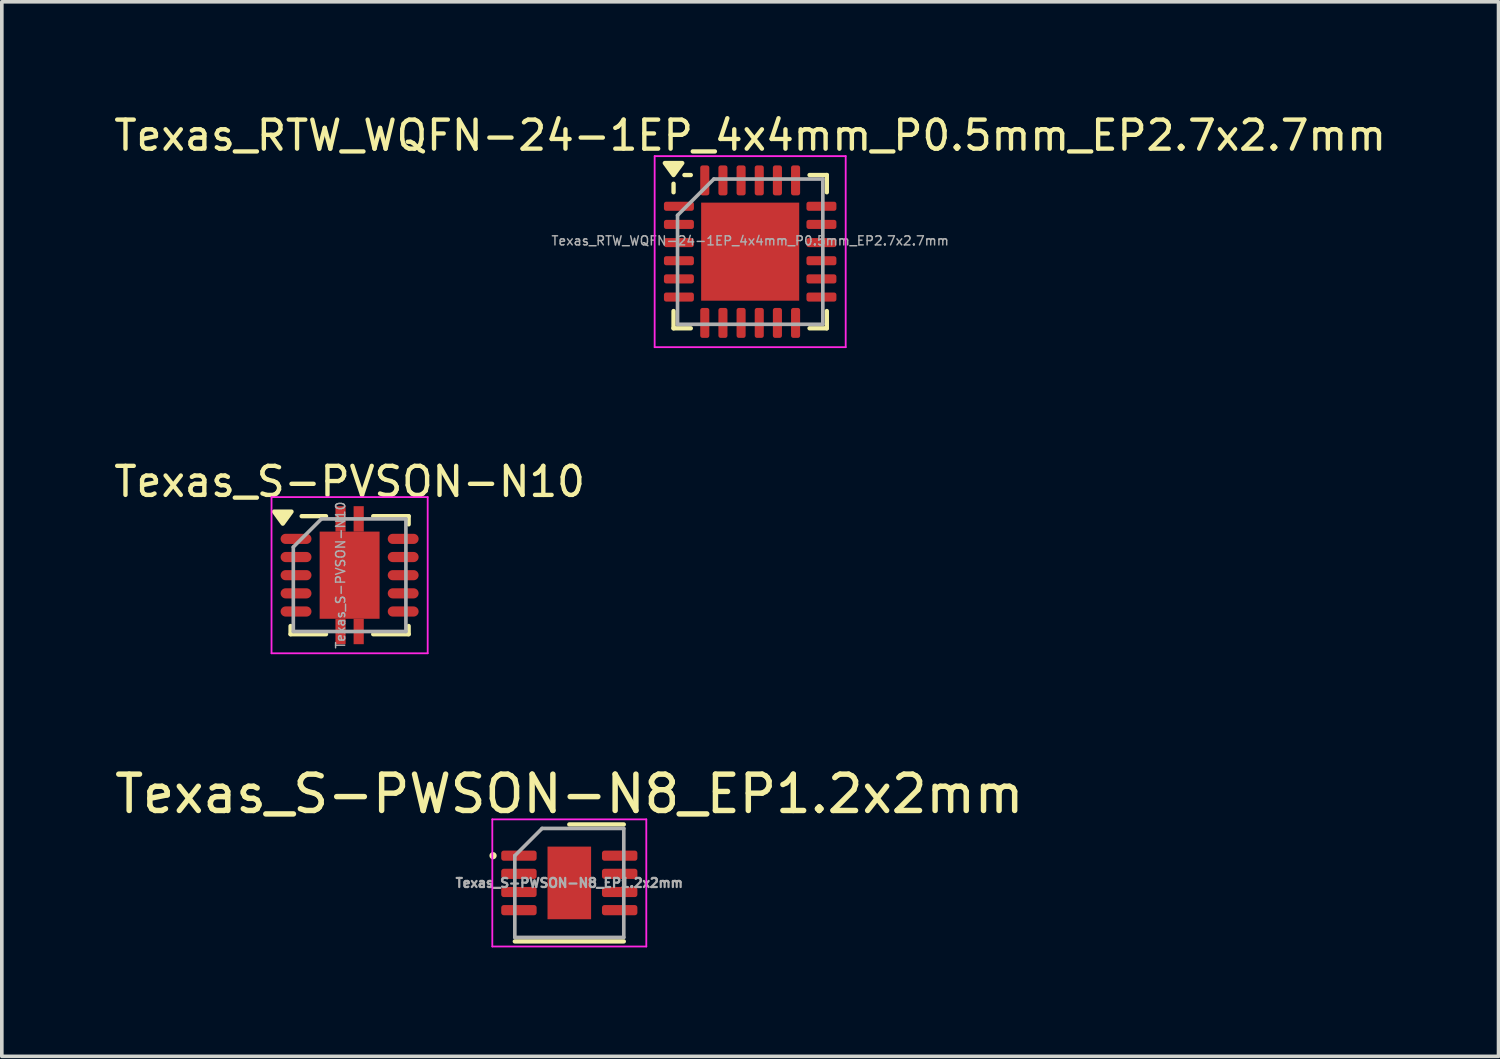
<source format=kicad_pcb>
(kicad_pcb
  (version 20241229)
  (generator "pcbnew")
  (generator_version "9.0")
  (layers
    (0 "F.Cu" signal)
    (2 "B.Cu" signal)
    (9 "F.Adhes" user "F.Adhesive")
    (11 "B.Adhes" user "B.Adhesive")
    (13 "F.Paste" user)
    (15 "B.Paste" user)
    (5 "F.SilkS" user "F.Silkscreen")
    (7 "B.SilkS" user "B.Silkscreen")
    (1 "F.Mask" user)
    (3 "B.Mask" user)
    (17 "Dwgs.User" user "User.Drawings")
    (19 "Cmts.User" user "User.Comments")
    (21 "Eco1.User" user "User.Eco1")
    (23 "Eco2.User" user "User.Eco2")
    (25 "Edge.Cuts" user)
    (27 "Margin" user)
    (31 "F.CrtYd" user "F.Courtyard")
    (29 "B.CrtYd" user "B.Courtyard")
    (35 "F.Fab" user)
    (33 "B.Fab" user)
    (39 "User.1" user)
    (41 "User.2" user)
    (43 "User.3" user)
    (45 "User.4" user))
  (footprint "Texas_S-PWSON-N8_EP1.2x2mm"
    (layer "F.Cu")
    (at 12.625 21.26)
    (property "Reference" "Texas_S-PWSON-N8_EP1.2x2mm" (at 0 -2.45 0) (layer "F.SilkS") (effects (font (size 1 1) (thickness 0.15))))
    (attr smd)
    (fp_line (start -1.5 1.61) (end 1.5 1.61) (stroke (width 0.12) (type solid)) (layer "F.SilkS"))
    (fp_line (start 0 -1.61) (end 1.5 -1.61) (stroke (width 0.12) (type solid)) (layer "F.SilkS"))
    (fp_circle (center -2.1 -0.75) (end -2 -0.75) (stroke (width 0) (type solid)) (fill yes) (layer "F.SilkS"))
    (fp_line (start -2.12 -1.75) (end -2.12 1.75) (stroke (width 0.05) (type solid)) (layer "F.CrtYd"))
    (fp_line (start -2.12 1.75) (end 2.12 1.75) (stroke (width 0.05) (type solid)) (layer "F.CrtYd"))
    (fp_line (start 2.12 -1.75) (end -2.12 -1.75) (stroke (width 0.05) (type solid)) (layer "F.CrtYd"))
    (fp_line (start 2.12 1.75) (end 2.12 -1.75) (stroke (width 0.05) (type solid)) (layer "F.CrtYd"))
    (fp_line (start -1.5 -0.75) (end -0.75 -1.5) (stroke (width 0.1) (type solid)) (layer "F.Fab"))
    (fp_line (start -1.5 1.5) (end -1.5 -0.75) (stroke (width 0.1) (type solid)) (layer "F.Fab"))
    (fp_line (start -0.75 -1.5) (end 1.5 -1.5) (stroke (width 0.1) (type solid)) (layer "F.Fab"))
    (fp_line (start 1.5 -1.5) (end 1.5 1.5) (stroke (width 0.1) (type solid)) (layer "F.Fab"))
    (fp_line (start 1.5 1.5) (end -1.5 1.5) (stroke (width 0.1) (type solid)) (layer "F.Fab"))
    (fp_text user "${REFERENCE}" (at 0 0 0) (layer "F.Fab") (effects (font (size 0.25 0.25) (thickness 0.062))))
    (pad "" smd roundrect (at 0 -0.5) (size 0.97 0.81) (layers "F.Paste") (roundrect_rratio 0.25))
    (pad "" smd roundrect (at 0 0.5) (size 0.97 0.81) (layers "F.Paste") (roundrect_rratio 0.25))
    (pad "1" smd roundrect (at -1.387 -0.75) (size 0.975 0.28) (layers "F.Cu" "F.Mask" "F.Paste") (roundrect_rratio 0.25))
    (pad "2" smd roundrect (at -1.387 -0.25) (size 0.975 0.28) (layers "F.Cu" "F.Mask" "F.Paste") (roundrect_rratio 0.25))
    (pad "3" smd roundrect (at -1.387 0.25) (size 0.975 0.28) (layers "F.Cu" "F.Mask" "F.Paste") (roundrect_rratio 0.25))
    (pad "4" smd roundrect (at -1.387 0.75) (size 0.975 0.28) (layers "F.Cu" "F.Mask" "F.Paste") (roundrect_rratio 0.25))
    (pad "5" smd roundrect (at 1.387 0.75) (size 0.975 0.28) (layers "F.Cu" "F.Mask" "F.Paste") (roundrect_rratio 0.25))
    (pad "6" smd roundrect (at 1.387 0.25) (size 0.975 0.28) (layers "F.Cu" "F.Mask" "F.Paste") (roundrect_rratio 0.25))
    (pad "7" smd roundrect (at 1.387 -0.25) (size 0.975 0.28) (layers "F.Cu" "F.Mask" "F.Paste") (roundrect_rratio 0.25))
    (pad "8" smd roundrect (at 1.387 -0.75) (size 0.975 0.28) (layers "F.Cu" "F.Mask" "F.Paste") (roundrect_rratio 0.25))
    (pad "9" smd rect (at 0 0) (size 1.2 2) (layers "F.Cu" "F.Mask")))
  (footprint "Texas_RTW_WQFN-24-1EP_4x4mm_P0.5mm_EP2.7x2.7mm"
    (layer "F.Cu")
    (at 17.605 3.879)
    (property "Reference" "Texas_RTW_WQFN-24-1EP_4x4mm_P0.5mm_EP2.7x2.7mm" (at 0 -3.2 0) (layer "F.SilkS") (effects (font (size 0.8 0.8) (thickness 0.12))))
    (attr smd)
    (fp_line (start -2.11 -1.635) (end -2.11 -1.87) (stroke (width 0.12) (type solid)) (layer "F.SilkS"))
    (fp_line (start -2.11 2.11) (end -2.11 1.635) (stroke (width 0.12) (type solid)) (layer "F.SilkS"))
    (fp_line (start -1.635 -2.11) (end -1.81 -2.11) (stroke (width 0.12) (type solid)) (layer "F.SilkS"))
    (fp_line (start -1.635 2.11) (end -2.11 2.11) (stroke (width 0.12) (type solid)) (layer "F.SilkS"))
    (fp_line (start 1.635 -2.11) (end 2.11 -2.11) (stroke (width 0.12) (type solid)) (layer "F.SilkS"))
    (fp_line (start 1.635 2.11) (end 2.11 2.11) (stroke (width 0.12) (type solid)) (layer "F.SilkS"))
    (fp_line (start 2.11 -2.11) (end 2.11 -1.635) (stroke (width 0.12) (type solid)) (layer "F.SilkS"))
    (fp_line (start 2.11 2.11) (end 2.11 1.635) (stroke (width 0.12) (type solid)) (layer "F.SilkS"))
    (fp_poly (pts (xy -2.11 -2.11) (xy -2.35 -2.44) (xy -1.87 -2.44) (xy -2.11 -2.11)) (stroke (width 0.12) (type solid)) (fill yes) (layer "F.SilkS"))
    (fp_line (start -2.63 -2.63) (end -2.63 2.63) (stroke (width 0.05) (type solid)) (layer "F.CrtYd"))
    (fp_line (start -2.63 2.63) (end 2.63 2.63) (stroke (width 0.05) (type solid)) (layer "F.CrtYd"))
    (fp_line (start 2.63 -2.63) (end -2.63 -2.63) (stroke (width 0.05) (type solid)) (layer "F.CrtYd"))
    (fp_line (start 2.63 2.63) (end 2.63 -2.63) (stroke (width 0.05) (type solid)) (layer "F.CrtYd"))
    (fp_line (start -2 -1) (end -1 -2) (stroke (width 0.1) (type solid)) (layer "F.Fab"))
    (fp_line (start -2 2) (end -2 -1) (stroke (width 0.1) (type solid)) (layer "F.Fab"))
    (fp_line (start -1 -2) (end 2 -2) (stroke (width 0.1) (type solid)) (layer "F.Fab"))
    (fp_line (start 2 -2) (end 2 2) (stroke (width 0.1) (type solid)) (layer "F.Fab"))
    (fp_line (start 2 2) (end -2 2) (stroke (width 0.1) (type solid)) (layer "F.Fab"))
    (fp_text user "${REFERENCE}" (at 0 -0.3 0) (layer "F.Fab") (effects (font (size 0.25 0.25) (thickness 0.04))))
    (pad "" smd roundrect (at -0.675 -0.675) (size 1.09 1.09) (layers "F.Paste") (roundrect_rratio 0.229))
    (pad "" smd roundrect (at -0.675 0.675) (size 1.09 1.09) (layers "F.Paste") (roundrect_rratio 0.229))
    (pad "" smd roundrect (at 0.675 -0.675) (size 1.09 1.09) (layers "F.Paste") (roundrect_rratio 0.229))
    (pad "" smd roundrect (at 0.675 0.675) (size 1.09 1.09) (layers "F.Paste") (roundrect_rratio 0.229))
    (pad "1" smd roundrect (at -1.962 -1.25) (size 0.825 0.25) (layers "F.Cu" "F.Mask" "F.Paste") (roundrect_rratio 0.25))
    (pad "2" smd roundrect (at -1.962 -0.75) (size 0.825 0.25) (layers "F.Cu" "F.Mask" "F.Paste") (roundrect_rratio 0.25))
    (pad "3" smd roundrect (at -1.962 -0.25) (size 0.825 0.25) (layers "F.Cu" "F.Mask" "F.Paste") (roundrect_rratio 0.25))
    (pad "4" smd roundrect (at -1.962 0.25) (size 0.825 0.25) (layers "F.Cu" "F.Mask" "F.Paste") (roundrect_rratio 0.25))
    (pad "5" smd roundrect (at -1.962 0.75) (size 0.825 0.25) (layers "F.Cu" "F.Mask" "F.Paste") (roundrect_rratio 0.25))
    (pad "6" smd roundrect (at -1.962 1.25) (size 0.825 0.25) (layers "F.Cu" "F.Mask" "F.Paste") (roundrect_rratio 0.25))
    (pad "7" smd roundrect (at -1.25 1.962) (size 0.25 0.825) (layers "F.Cu" "F.Mask" "F.Paste") (roundrect_rratio 0.25))
    (pad "8" smd roundrect (at -0.75 1.962) (size 0.25 0.825) (layers "F.Cu" "F.Mask" "F.Paste") (roundrect_rratio 0.25))
    (pad "9" smd roundrect (at -0.25 1.962) (size 0.25 0.825) (layers "F.Cu" "F.Mask" "F.Paste") (roundrect_rratio 0.25))
    (pad "10" smd roundrect (at 0.25 1.962) (size 0.25 0.825) (layers "F.Cu" "F.Mask" "F.Paste") (roundrect_rratio 0.25))
    (pad "11" smd roundrect (at 0.75 1.962) (size 0.25 0.825) (layers "F.Cu" "F.Mask" "F.Paste") (roundrect_rratio 0.25))
    (pad "12" smd roundrect (at 1.25 1.962) (size 0.25 0.825) (layers "F.Cu" "F.Mask" "F.Paste") (roundrect_rratio 0.25))
    (pad "13" smd roundrect (at 1.962 1.25) (size 0.825 0.25) (layers "F.Cu" "F.Mask" "F.Paste") (roundrect_rratio 0.25))
    (pad "14" smd roundrect (at 1.962 0.75) (size 0.825 0.25) (layers "F.Cu" "F.Mask" "F.Paste") (roundrect_rratio 0.25))
    (pad "15" smd roundrect (at 1.962 0.25) (size 0.825 0.25) (layers "F.Cu" "F.Mask" "F.Paste") (roundrect_rratio 0.25))
    (pad "16" smd roundrect (at 1.962 -0.25) (size 0.825 0.25) (layers "F.Cu" "F.Mask" "F.Paste") (roundrect_rratio 0.25))
    (pad "17" smd roundrect (at 1.962 -0.75) (size 0.825 0.25) (layers "F.Cu" "F.Mask" "F.Paste") (roundrect_rratio 0.25))
    (pad "18" smd roundrect (at 1.962 -1.25) (size 0.825 0.25) (layers "F.Cu" "F.Mask" "F.Paste") (roundrect_rratio 0.25))
    (pad "19" smd roundrect (at 1.25 -1.962) (size 0.25 0.825) (layers "F.Cu" "F.Mask" "F.Paste") (roundrect_rratio 0.25))
    (pad "20" smd roundrect (at 0.75 -1.962) (size 0.25 0.825) (layers "F.Cu" "F.Mask" "F.Paste") (roundrect_rratio 0.25))
    (pad "21" smd roundrect (at 0.25 -1.962) (size 0.25 0.825) (layers "F.Cu" "F.Mask" "F.Paste") (roundrect_rratio 0.25))
    (pad "22" smd roundrect (at -0.25 -1.962) (size 0.25 0.825) (layers "F.Cu" "F.Mask" "F.Paste") (roundrect_rratio 0.25))
    (pad "23" smd roundrect (at -0.75 -1.962) (size 0.25 0.825) (layers "F.Cu" "F.Mask" "F.Paste") (roundrect_rratio 0.25))
    (pad "24" smd roundrect (at -1.25 -1.962) (size 0.25 0.825) (layers "F.Cu" "F.Mask" "F.Paste") (roundrect_rratio 0.25))
    (pad "25" smd rect (at 0 0) (size 2.7 2.7) (property pad_prop_heatsink) (layers "F.Cu" "F.Mask")))
  (footprint "Texas_S-PVSON-N10"
    (layer "F.Cu")
    (at 6.576 12.787)
    (property "Reference" "Texas_S-PVSON-N10" (at 0 -2.575 0) (layer "F.SilkS") (effects (font (size 0.8 0.8) (thickness 0.12))))
    (attr smd)
    (fp_line (start -1.625 1.625) (end -1.625 1.4) (stroke (width 0.12) (type solid)) (layer "F.SilkS"))
    (fp_line (start -1.625 1.625) (end -0.65 1.625) (stroke (width 0.12) (type solid)) (layer "F.SilkS"))
    (fp_line (start -1.32 -1.625) (end -0.65 -1.625) (stroke (width 0.12) (type solid)) (layer "F.SilkS"))
    (fp_line (start 0.65 -1.625) (end 1.625 -1.625) (stroke (width 0.12) (type solid)) (layer "F.SilkS"))
    (fp_line (start 0.65 1.625) (end 1.625 1.625) (stroke (width 0.12) (type solid)) (layer "F.SilkS"))
    (fp_line (start 1.625 -1.4) (end 1.625 -1.625) (stroke (width 0.12) (type solid)) (layer "F.SilkS"))
    (fp_line (start 1.625 1.4) (end 1.625 1.625) (stroke (width 0.12) (type solid)) (layer "F.SilkS"))
    (fp_poly (pts (xy -1.84 -1.42) (xy -2.08 -1.75) (xy -1.6 -1.75) (xy -1.84 -1.42)) (stroke (width 0.12) (type solid)) (fill yes) (layer "F.SilkS"))
    (fp_rect (start -0.7 -1) (end -0.1 -0.15) (stroke (width 0) (type default)) (fill yes) (layer "F.Paste"))
    (fp_rect (start -0.7 0.15) (end -0.1 1) (stroke (width 0) (type default)) (fill yes) (layer "F.Paste"))
    (fp_rect (start -0.375 -1.875) (end -0.125 -1.4) (stroke (width 0) (type default)) (fill yes) (layer "F.Paste"))
    (fp_rect (start -0.375 1.387) (end -0.125 1.863) (stroke (width 0) (type default)) (fill yes) (layer "F.Paste"))
    (fp_rect (start 0.1 -1) (end 0.7 -0.15) (stroke (width 0) (type default)) (fill yes) (layer "F.Paste"))
    (fp_rect (start 0.1 0.15) (end 0.7 1) (stroke (width 0) (type default)) (fill yes) (layer "F.Paste"))
    (fp_rect (start 0.125 -1.875) (end 0.375 -1.4) (stroke (width 0) (type default)) (fill yes) (layer "F.Paste"))
    (fp_rect (start 0.125 1.387) (end 0.375 1.863) (stroke (width 0) (type default)) (fill yes) (layer "F.Paste"))
    (fp_line (start -2.15 -2.15) (end -2.15 2.15) (stroke (width 0.05) (type solid)) (layer "F.CrtYd"))
    (fp_line (start -2.15 -2.15) (end 2.15 -2.15) (stroke (width 0.05) (type solid)) (layer "F.CrtYd"))
    (fp_line (start -2.15 2.15) (end 2.15 2.15) (stroke (width 0.05) (type solid)) (layer "F.CrtYd"))
    (fp_line (start 2.15 -2.15) (end 2.15 2.15) (stroke (width 0.05) (type solid)) (layer "F.CrtYd"))
    (fp_line (start -1.55 1.55) (end -1.55 -0.775) (stroke (width 0.1) (type solid)) (layer "F.Fab"))
    (fp_line (start -0.775 -1.55) (end -1.55 -0.775) (stroke (width 0.1) (type solid)) (layer "F.Fab"))
    (fp_line (start -0.775 -1.55) (end 1.55 -1.55) (stroke (width 0.1) (type solid)) (layer "F.Fab"))
    (fp_line (start 1.55 -1.55) (end 1.55 1.55) (stroke (width 0.1) (type solid)) (layer "F.Fab"))
    (fp_line (start 1.55 1.55) (end -1.55 1.55) (stroke (width 0.1) (type solid)) (layer "F.Fab"))
    (fp_text user "${REFERENCE}" (at -0.25 0 90) (layer "F.Fab") (effects (font (size 0.25 0.25) (thickness 0.04))))
    (pad "1" smd oval (at -1.475 -1) (size 0.85 0.28) (layers "F.Cu" "F.Mask" "F.Paste"))
    (pad "2" smd oval (at -1.475 -0.5) (size 0.85 0.28) (layers "F.Cu" "F.Mask" "F.Paste"))
    (pad "3" smd oval (at -1.475 0) (size 0.85 0.28) (layers "F.Cu" "F.Mask" "F.Paste"))
    (pad "4" smd oval (at -1.475 0.5) (size 0.85 0.28) (layers "F.Cu" "F.Mask" "F.Paste"))
    (pad "5" smd oval (at -1.475 1) (size 0.85 0.28) (layers "F.Cu" "F.Mask" "F.Paste"))
    (pad "6" smd oval (at 1.475 1) (size 0.85 0.28) (layers "F.Cu" "F.Mask" "F.Paste"))
    (pad "7" smd oval (at 1.475 0.5) (size 0.85 0.28) (layers "F.Cu" "F.Mask" "F.Paste"))
    (pad "8" smd oval (at 1.475 0) (size 0.85 0.28) (layers "F.Cu" "F.Mask" "F.Paste"))
    (pad "9" smd oval (at 1.475 -0.5) (size 0.85 0.28) (layers "F.Cu" "F.Mask" "F.Paste"))
    (pad "10" smd oval (at 1.475 -1) (size 0.85 0.28) (layers "F.Cu" "F.Mask" "F.Paste"))
    (pad "11" smd rect (at -0.25 -1.55) (size 0.28 0.7) (layers "F.Cu" "F.Mask"))
    (pad "11" smd rect (at -0.25 1.55) (size 0.28 0.7) (layers "F.Cu" "F.Mask"))
    (pad "11" smd rect (at 0 0) (size 1.65 2.4) (layers "F.Cu" "F.Mask"))
    (pad "11" smd rect (at 0.25 -1.55) (size 0.28 0.7) (layers "F.Cu" "F.Mask"))
    (pad "11" smd rect (at 0.25 1.55) (size 0.28 0.7) (layers "F.Cu" "F.Mask")))
  (gr_rect
    (start -3 -3)
    (end 38.21 26.035)
    (stroke (width 0.1) (type default))
    (fill no)
    (layer "Edge.Cuts")))
</source>
